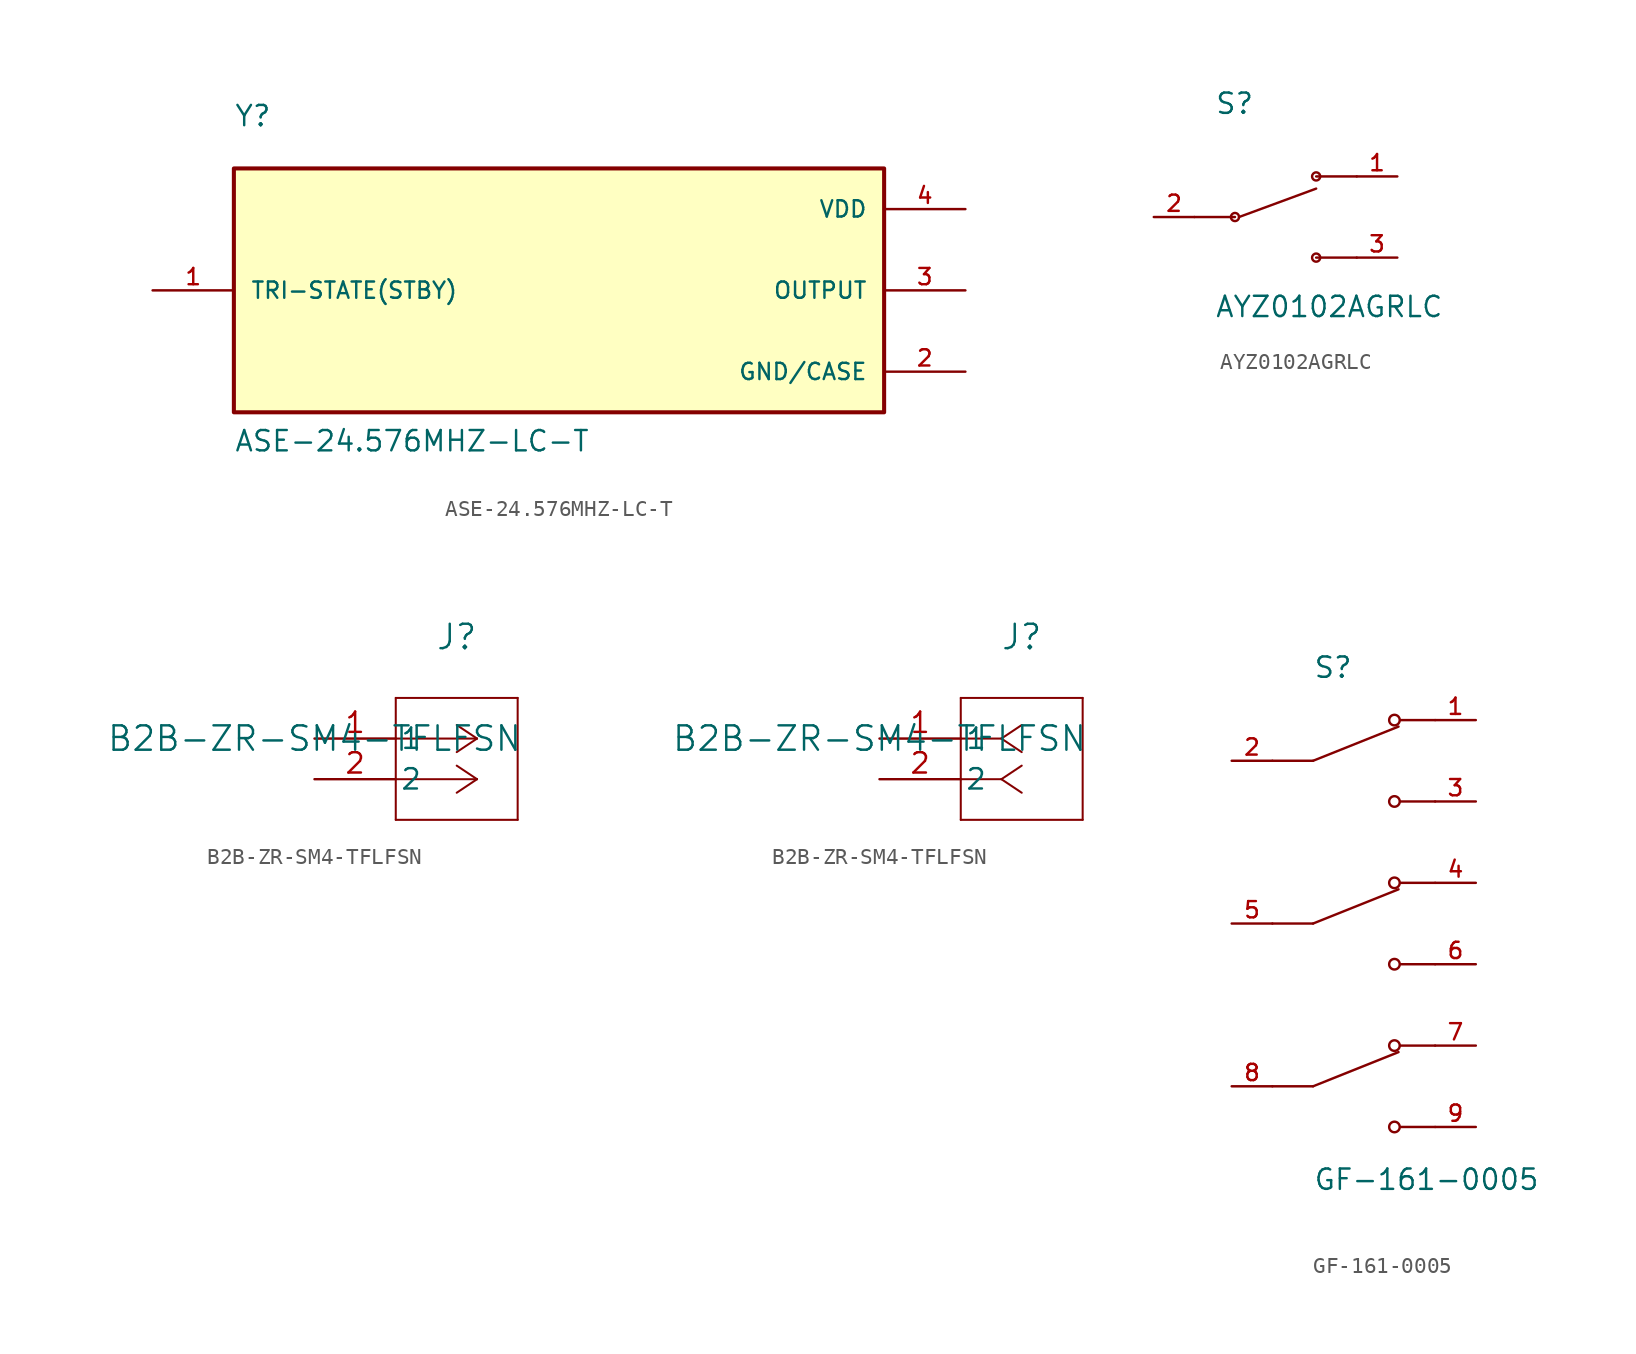
<source format=kicad_sym>
(kicad_symbol_lib
  (version 20231120)
  (generator "kicad_symbol_editor")
  (generator_version "8.0")
  (symbol "ASE-24.576MHZ-LC-T"
    (pin_names
      (offset 1.016))
    (property "Reference" "Y"
      (at -20.32 10.16 0)
      (effects (font (size 1.27 1.27)) (justify left bottom)))
    (property "Value" "ASE-24.576MHZ-LC-T"
      (at -20.32 -10.16 0)
      (effects (font (size 1.27 1.27)) (justify left bottom)))
    (symbol "ASE-24.576MHZ-LC-T_0_0"
      (rectangle (start -20.32 -7.62) (end 20.32 7.62) (stroke (width 0.254) (type default)) (fill (type background)))
      (pin passive line (at -25.4 0 0) (length 5.08) (name "TRI-STATE(STBY)" (effects (font (size 1.016 1.016)))) (number "1" (effects (font (size 1.016 1.016)))))
      (pin power_in line (at 25.4 -5.08 180) (length 5.08) (name "GND/CASE" (effects (font (size 1.016 1.016)))) (number "2" (effects (font (size 1.016 1.016)))))
      (pin output line (at 25.4 0 180) (length 5.08) (name "OUTPUT" (effects (font (size 1.016 1.016)))) (number "3" (effects (font (size 1.016 1.016)))))
      (pin power_in line (at 25.4 5.08 180) (length 5.08) (name "VDD" (effects (font (size 1.016 1.016)))) (number "4" (effects (font (size 1.016 1.016)))))))
  (symbol "AYZ0102AGRLC"
    (pin_names
      (offset 1.016))
    (property "Reference" "S"
      (at -3.812 6.356 0)
      (effects (font (size 1.27 1.27)) (justify left bottom)))
    (property "Value" "AYZ0102AGRLC"
      (at -3.814 -6.36 0)
      (effects (font (size 1.27 1.27)) (justify left bottom)))
    (symbol "AYZ0102AGRLC_0_0"
      (circle (center -2.54 0) (radius 0.254) (stroke (width 0.152) (type default)) (fill (type none)))
      (polyline (pts (xy -5.08 0) (xy -2.54 0)) (stroke (width 0.152) (type default)) (fill (type none)))
      (polyline (pts (xy -2.286 0) (xy 2.54 1.778)) (stroke (width 0.152) (type default)) (fill (type none)))
      (polyline (pts (xy 2.54 -2.54) (xy 5.08 -2.54)) (stroke (width 0.152) (type default)) (fill (type none)))
      (polyline (pts (xy 2.54 2.54) (xy 5.08 2.54)) (stroke (width 0.152) (type default)) (fill (type none)))
      (circle (center 2.54 -2.54) (radius 0.254) (stroke (width 0.152) (type default)) (fill (type none)))
      (circle (center 2.54 2.54) (radius 0.254) (stroke (width 0.152) (type default)) (fill (type none)))
      (pin passive line (at 7.62 2.54 180) (length 2.54) (name "~" (effects (font (size 1.016 1.016)))) (number "1" (effects (font (size 1.016 1.016)))))
      (pin passive line (at -7.62 0 0) (length 2.54) (name "~" (effects (font (size 1.016 1.016)))) (number "2" (effects (font (size 1.016 1.016)))))
      (pin passive line (at 7.62 -2.54 180) (length 2.54) (name "~" (effects (font (size 1.016 1.016)))) (number "3" (effects (font (size 1.016 1.016)))))))
  (symbol "B2B-ZR-SM4-TFLFSN"
    (pin_names
      (offset 0.254))
    (property "Reference" "J"
      (at 8.89 6.35 0)
      (effects (font (size 1.524 1.524))))
    (property "Value" "B2B-ZR-SM4-TFLFSN"
      (at 0 0 0)
      (effects (font (size 1.524 1.524))))
    (property "ki_locked" ""
      (at 0 0 0)
      (effects (font (size 1.27 1.27))))
    (symbol "B2B-ZR-SM4-TFLFSN_1_1"
      (polyline (pts (xy 5.08 -5.08) (xy 12.7 -5.08)) (stroke (width 0.127) (type default)) (fill (type none)))
      (polyline (pts (xy 5.08 2.54) (xy 5.08 -5.08)) (stroke (width 0.127) (type default)) (fill (type none)))
      (polyline (pts (xy 10.16 -2.54) (xy 5.08 -2.54)) (stroke (width 0.127) (type default)) (fill (type none)))
      (polyline (pts (xy 10.16 -2.54) (xy 8.89 -3.387)) (stroke (width 0.127) (type default)) (fill (type none)))
      (polyline (pts (xy 10.16 -2.54) (xy 8.89 -1.693)) (stroke (width 0.127) (type default)) (fill (type none)))
      (polyline (pts (xy 10.16 0) (xy 5.08 0)) (stroke (width 0.127) (type default)) (fill (type none)))
      (polyline (pts (xy 10.16 0) (xy 8.89 -0.847)) (stroke (width 0.127) (type default)) (fill (type none)))
      (polyline (pts (xy 10.16 0) (xy 8.89 0.847)) (stroke (width 0.127) (type default)) (fill (type none)))
      (polyline (pts (xy 12.7 -5.08) (xy 12.7 2.54)) (stroke (width 0.127) (type default)) (fill (type none)))
      (polyline (pts (xy 12.7 2.54) (xy 5.08 2.54)) (stroke (width 0.127) (type default)) (fill (type none)))
      (pin passive line (at 0 0 0) (length 5.08) (name "1" (effects (font (size 1.27 1.27)))) (number "1" (effects (font (size 1.27 1.27)))))
      (pin passive line (at 0 -2.54 0) (length 5.08) (name "2" (effects (font (size 1.27 1.27)))) (number "2" (effects (font (size 1.27 1.27))))))
    (symbol "B2B-ZR-SM4-TFLFSN_1_2"
      (polyline (pts (xy 5.08 -5.08) (xy 12.7 -5.08)) (stroke (width 0.127) (type default)) (fill (type none)))
      (polyline (pts (xy 5.08 2.54) (xy 5.08 -5.08)) (stroke (width 0.127) (type default)) (fill (type none)))
      (polyline (pts (xy 7.62 -2.54) (xy 5.08 -2.54)) (stroke (width 0.127) (type default)) (fill (type none)))
      (polyline (pts (xy 7.62 -2.54) (xy 8.89 -3.387)) (stroke (width 0.127) (type default)) (fill (type none)))
      (polyline (pts (xy 7.62 -2.54) (xy 8.89 -1.693)) (stroke (width 0.127) (type default)) (fill (type none)))
      (polyline (pts (xy 7.62 0) (xy 5.08 0)) (stroke (width 0.127) (type default)) (fill (type none)))
      (polyline (pts (xy 7.62 0) (xy 8.89 -0.847)) (stroke (width 0.127) (type default)) (fill (type none)))
      (polyline (pts (xy 7.62 0) (xy 8.89 0.847)) (stroke (width 0.127) (type default)) (fill (type none)))
      (polyline (pts (xy 12.7 -5.08) (xy 12.7 2.54)) (stroke (width 0.127) (type default)) (fill (type none)))
      (polyline (pts (xy 12.7 2.54) (xy 5.08 2.54)) (stroke (width 0.127) (type default)) (fill (type none)))
      (pin unspecified line (at 0 0 0) (length 5.08) (name "1" (effects (font (size 1.27 1.27)))) (number "1" (effects (font (size 1.27 1.27)))))
      (pin unspecified line (at 0 -2.54 0) (length 5.08) (name "2" (effects (font (size 1.27 1.27)))) (number "2" (effects (font (size 1.27 1.27)))))))
  (symbol "GF-161-0005"
    (pin_names
      (offset 1.016))
    (property "Reference" "S"
      (at -2.54 15.24 0)
      (effects (font (size 1.27 1.27)) (justify left bottom)))
    (property "Value" "GF-161-0005"
      (at -2.54 -15.24 0)
      (effects (font (size 1.27 1.27)) (justify left top)))
    (symbol "GF-161-0005_0_0"
      (polyline (pts (xy -2.54 -10.16) (xy -5.08 -10.16)) (stroke (width 0.152) (type default)) (fill (type none)))
      (polyline (pts (xy -2.54 -10.16) (xy 2.794 -8.026)) (stroke (width 0.152) (type default)) (fill (type none)))
      (polyline (pts (xy -2.54 0) (xy -5.08 0)) (stroke (width 0.152) (type default)) (fill (type none)))
      (polyline (pts (xy -2.54 0) (xy 2.794 2.134)) (stroke (width 0.152) (type default)) (fill (type none)))
      (polyline (pts (xy -2.54 10.16) (xy -5.08 10.16)) (stroke (width 0.152) (type default)) (fill (type none)))
      (polyline (pts (xy -2.54 10.16) (xy 2.794 12.294)) (stroke (width 0.152) (type default)) (fill (type none)))
      (polyline (pts (xy 5.08 -12.7) (xy 2.921 -12.7)) (stroke (width 0.152) (type default)) (fill (type none)))
      (polyline (pts (xy 5.08 -7.62) (xy 2.921 -7.62)) (stroke (width 0.152) (type default)) (fill (type none)))
      (polyline (pts (xy 5.08 -2.54) (xy 2.921 -2.54)) (stroke (width 0.152) (type default)) (fill (type none)))
      (polyline (pts (xy 5.08 2.54) (xy 2.921 2.54)) (stroke (width 0.152) (type default)) (fill (type none)))
      (polyline (pts (xy 5.08 7.62) (xy 2.921 7.62)) (stroke (width 0.152) (type default)) (fill (type none)))
      (polyline (pts (xy 5.08 12.7) (xy 2.921 12.7)) (stroke (width 0.152) (type default)) (fill (type none)))
      (circle (center 2.54 -12.7) (radius 0.33) (stroke (width 0.152) (type default)) (fill (type none)))
      (circle (center 2.54 -7.62) (radius 0.33) (stroke (width 0.152) (type default)) (fill (type none)))
      (circle (center 2.54 -2.54) (radius 0.33) (stroke (width 0.152) (type default)) (fill (type none)))
      (circle (center 2.54 2.54) (radius 0.33) (stroke (width 0.152) (type default)) (fill (type none)))
      (circle (center 2.54 7.62) (radius 0.33) (stroke (width 0.152) (type default)) (fill (type none)))
      (circle (center 2.54 12.7) (radius 0.33) (stroke (width 0.152) (type default)) (fill (type none)))
      (pin passive line (at 7.62 12.7 180) (length 2.54) (name "~" (effects (font (size 1.016 1.016)))) (number "1" (effects (font (size 1.016 1.016)))))
      (pin passive line (at -7.62 10.16 0) (length 2.54) (name "~" (effects (font (size 1.016 1.016)))) (number "2" (effects (font (size 1.016 1.016)))))
      (pin passive line (at 7.62 7.62 180) (length 2.54) (name "~" (effects (font (size 1.016 1.016)))) (number "3" (effects (font (size 1.016 1.016)))))
      (pin passive line (at 7.62 2.54 180) (length 2.54) (name "~" (effects (font (size 1.016 1.016)))) (number "4" (effects (font (size 1.016 1.016)))))
      (pin passive line (at -7.62 0 0) (length 2.54) (name "~" (effects (font (size 1.016 1.016)))) (number "5" (effects (font (size 1.016 1.016)))))
      (pin passive line (at 7.62 -2.54 180) (length 2.54) (name "~" (effects (font (size 1.016 1.016)))) (number "6" (effects (font (size 1.016 1.016)))))
      (pin passive line (at 7.62 -7.62 180) (length 2.54) (name "~" (effects (font (size 1.016 1.016)))) (number "7" (effects (font (size 1.016 1.016)))))
      (pin passive line (at -7.62 -10.16 0) (length 2.54) (name "~" (effects (font (size 1.016 1.016)))) (number "8" (effects (font (size 1.016 1.016)))))
      (pin passive line (at 7.62 -12.7 180) (length 2.54) (name "~" (effects (font (size 1.016 1.016)))) (number "9" (effects (font (size 1.016 1.016))))))))
</source>
